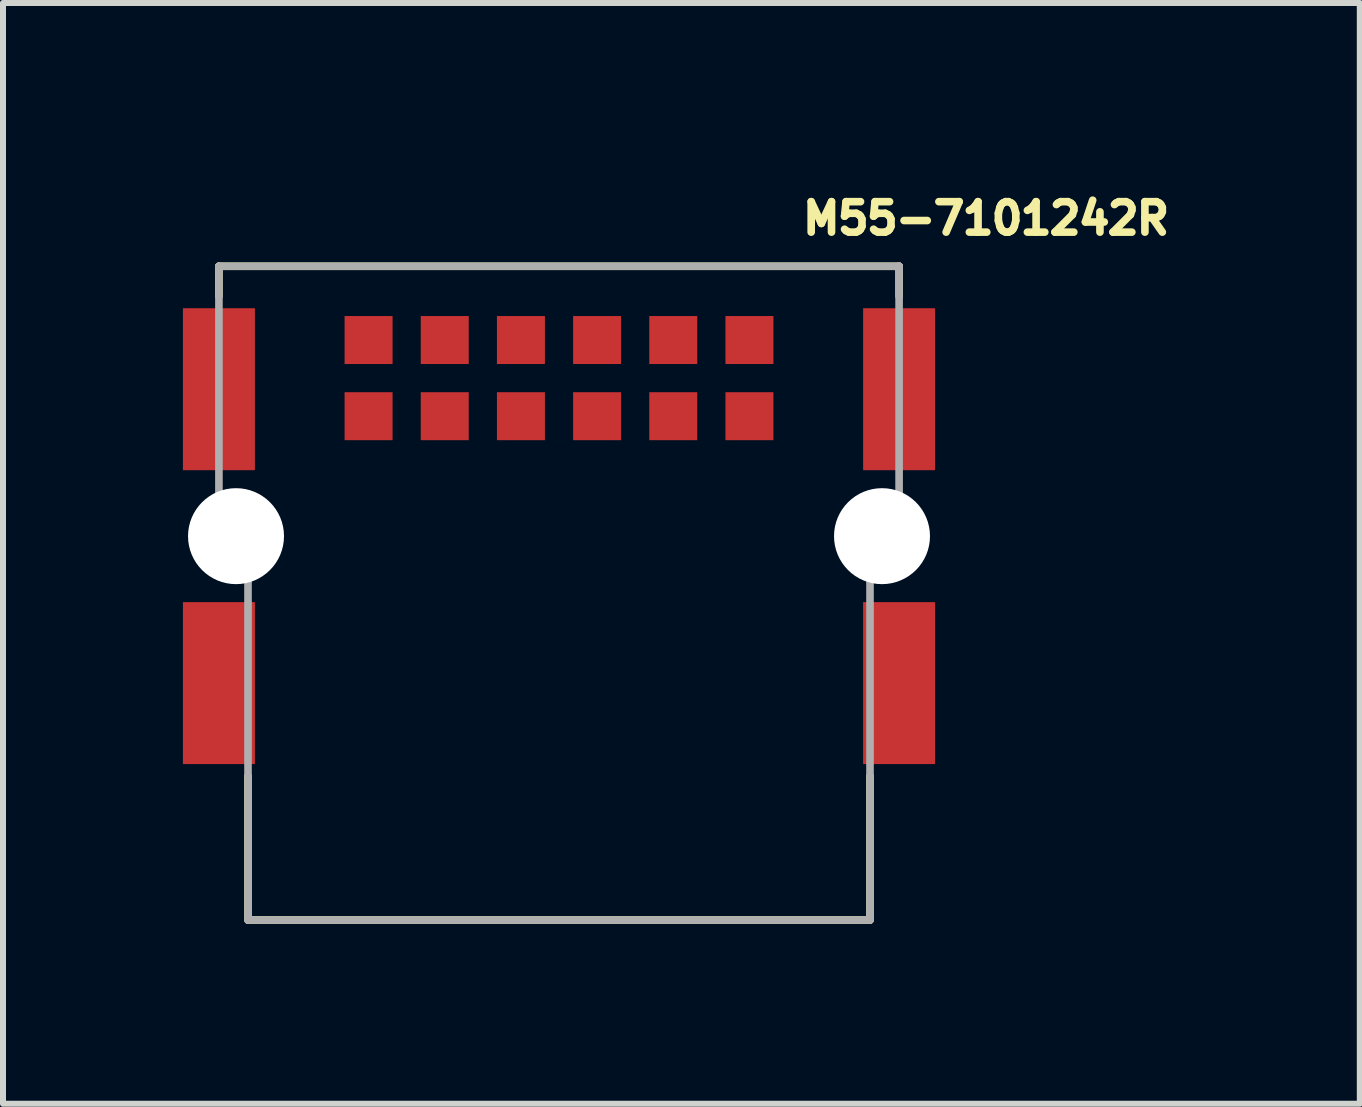
<source format=kicad_pcb>
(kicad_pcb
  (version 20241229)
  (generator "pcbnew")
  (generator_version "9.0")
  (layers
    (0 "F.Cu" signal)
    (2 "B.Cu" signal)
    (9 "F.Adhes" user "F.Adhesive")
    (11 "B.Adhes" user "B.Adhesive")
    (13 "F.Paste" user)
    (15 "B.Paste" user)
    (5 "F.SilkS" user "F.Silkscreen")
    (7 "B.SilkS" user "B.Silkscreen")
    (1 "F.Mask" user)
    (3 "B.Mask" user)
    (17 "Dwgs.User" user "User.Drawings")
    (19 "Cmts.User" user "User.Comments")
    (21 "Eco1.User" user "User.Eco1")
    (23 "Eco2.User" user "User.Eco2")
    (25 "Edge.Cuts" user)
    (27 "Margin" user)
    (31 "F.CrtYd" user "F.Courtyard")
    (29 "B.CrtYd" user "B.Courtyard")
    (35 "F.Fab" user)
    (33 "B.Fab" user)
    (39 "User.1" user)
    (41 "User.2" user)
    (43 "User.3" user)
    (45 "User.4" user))
  (footprint "M55-7101242R"
    (layer "F.Cu")
    (at 6.27 5.889)
    (property "Reference" "M55-7101242R" (at 4 -5 0) (layer "F.SilkS") (effects (font (size 0.508 0.508) (thickness 0.127)) (justify left bottom)))
    (fp_line (start -5.67 -4.5) (end -5.67 -4) (stroke (width 0.127) (type solid)) (layer "F.SilkS"))
    (fp_line (start -5.185 6.4) (end -5.185 4) (stroke (width 0.127) (type solid)) (layer "F.SilkS"))
    (fp_line (start 5.185 6.4) (end -5.185 6.4) (stroke (width 0.127) (type solid)) (layer "F.SilkS"))
    (fp_line (start 5.185 6.4) (end 5.185 4) (stroke (width 0.127) (type solid)) (layer "F.SilkS"))
    (fp_line (start 5.67 -4.5) (end -5.67 -4.5) (stroke (width 0.127) (type solid)) (layer "F.SilkS"))
    (fp_line (start 5.67 -4) (end 5.67 -4.5) (stroke (width 0.127) (type solid)) (layer "F.SilkS"))
    (fp_line (start -5.67 -4.5) (end -5.67 0) (stroke (width 0.127) (type solid)) (layer "F.Fab"))
    (fp_line (start -5.67 0) (end -5.185 0) (stroke (width 0.127) (type solid)) (layer "F.Fab"))
    (fp_line (start -5.185 6.4) (end -5.185 0) (stroke (width 0.127) (type solid)) (layer "F.Fab"))
    (fp_line (start 5.185 0) (end 5.185 6.4) (stroke (width 0.127) (type solid)) (layer "F.Fab"))
    (fp_line (start 5.185 0) (end 5.67 0) (stroke (width 0.127) (type solid)) (layer "F.Fab"))
    (fp_line (start 5.185 6.4) (end -5.185 6.4) (stroke (width 0.127) (type solid)) (layer "F.Fab"))
    (fp_line (start 5.67 -4.5) (end -5.67 -4.5) (stroke (width 0.127) (type solid)) (layer "F.Fab"))
    (fp_line (start 5.67 0) (end 5.67 -4.5) (stroke (width 0.127) (type solid)) (layer "F.Fab"))
    (pad "" np_thru_hole circle (at -5.385 0) (size 1.6 1.6) (drill 1.6) (layers "*.Cu" "*.Mask"))
    (pad "" np_thru_hole circle (at 5.385 0) (size 1.6 1.6) (drill 1.6) (layers "*.Cu" "*.Mask"))
    (pad "1" smd rect (at 3.175 -2) (size 0.8 0.8) (layers "F.Cu" "F.Mask" "F.Paste"))
    (pad "2" smd rect (at 3.175 -3.27) (size 0.8 0.8) (layers "F.Cu" "F.Mask" "F.Paste"))
    (pad "3" smd rect (at 1.905 -2) (size 0.8 0.8) (layers "F.Cu" "F.Mask" "F.Paste"))
    (pad "4" smd rect (at 1.905 -3.27) (size 0.8 0.8) (layers "F.Cu" "F.Mask" "F.Paste"))
    (pad "5" smd rect (at 0.635 -2) (size 0.8 0.8) (layers "F.Cu" "F.Mask" "F.Paste"))
    (pad "6" smd rect (at 0.635 -3.27) (size 0.8 0.8) (layers "F.Cu" "F.Mask" "F.Paste"))
    (pad "7" smd rect (at -0.635 -2) (size 0.8 0.8) (layers "F.Cu" "F.Mask" "F.Paste"))
    (pad "8" smd rect (at -0.635 -3.27) (size 0.8 0.8) (layers "F.Cu" "F.Mask" "F.Paste"))
    (pad "9" smd rect (at -1.905 -2) (size 0.8 0.8) (layers "F.Cu" "F.Mask" "F.Paste"))
    (pad "10" smd rect (at -1.905 -3.27) (size 0.8 0.8) (layers "F.Cu" "F.Mask" "F.Paste"))
    (pad "11" smd rect (at -3.175 -2) (size 0.8 0.8) (layers "F.Cu" "F.Mask" "F.Paste"))
    (pad "12" smd rect (at -3.175 -3.27) (size 0.8 0.8) (layers "F.Cu" "F.Mask" "F.Paste"))
    (pad "P$1" smd rect (at 5.67 -2.45) (size 1.2 2.7) (layers "F.Cu" "F.Mask" "F.Paste"))
    (pad "P$2" smd rect (at 5.67 2.45) (size 1.2 2.7) (layers "F.Cu" "F.Mask" "F.Paste"))
    (pad "P$3" smd rect (at -5.67 -2.45) (size 1.2 2.7) (layers "F.Cu" "F.Mask" "F.Paste"))
    (pad "P$4" smd rect (at -5.67 2.45) (size 1.2 2.7) (layers "F.Cu" "F.Mask" "F.Paste")))
  (gr_rect
    (start -3 -3)
    (end 19.621 15.352)
    (stroke (width 0.1) (type default))
    (fill no)
    (layer "Edge.Cuts")))
</source>
